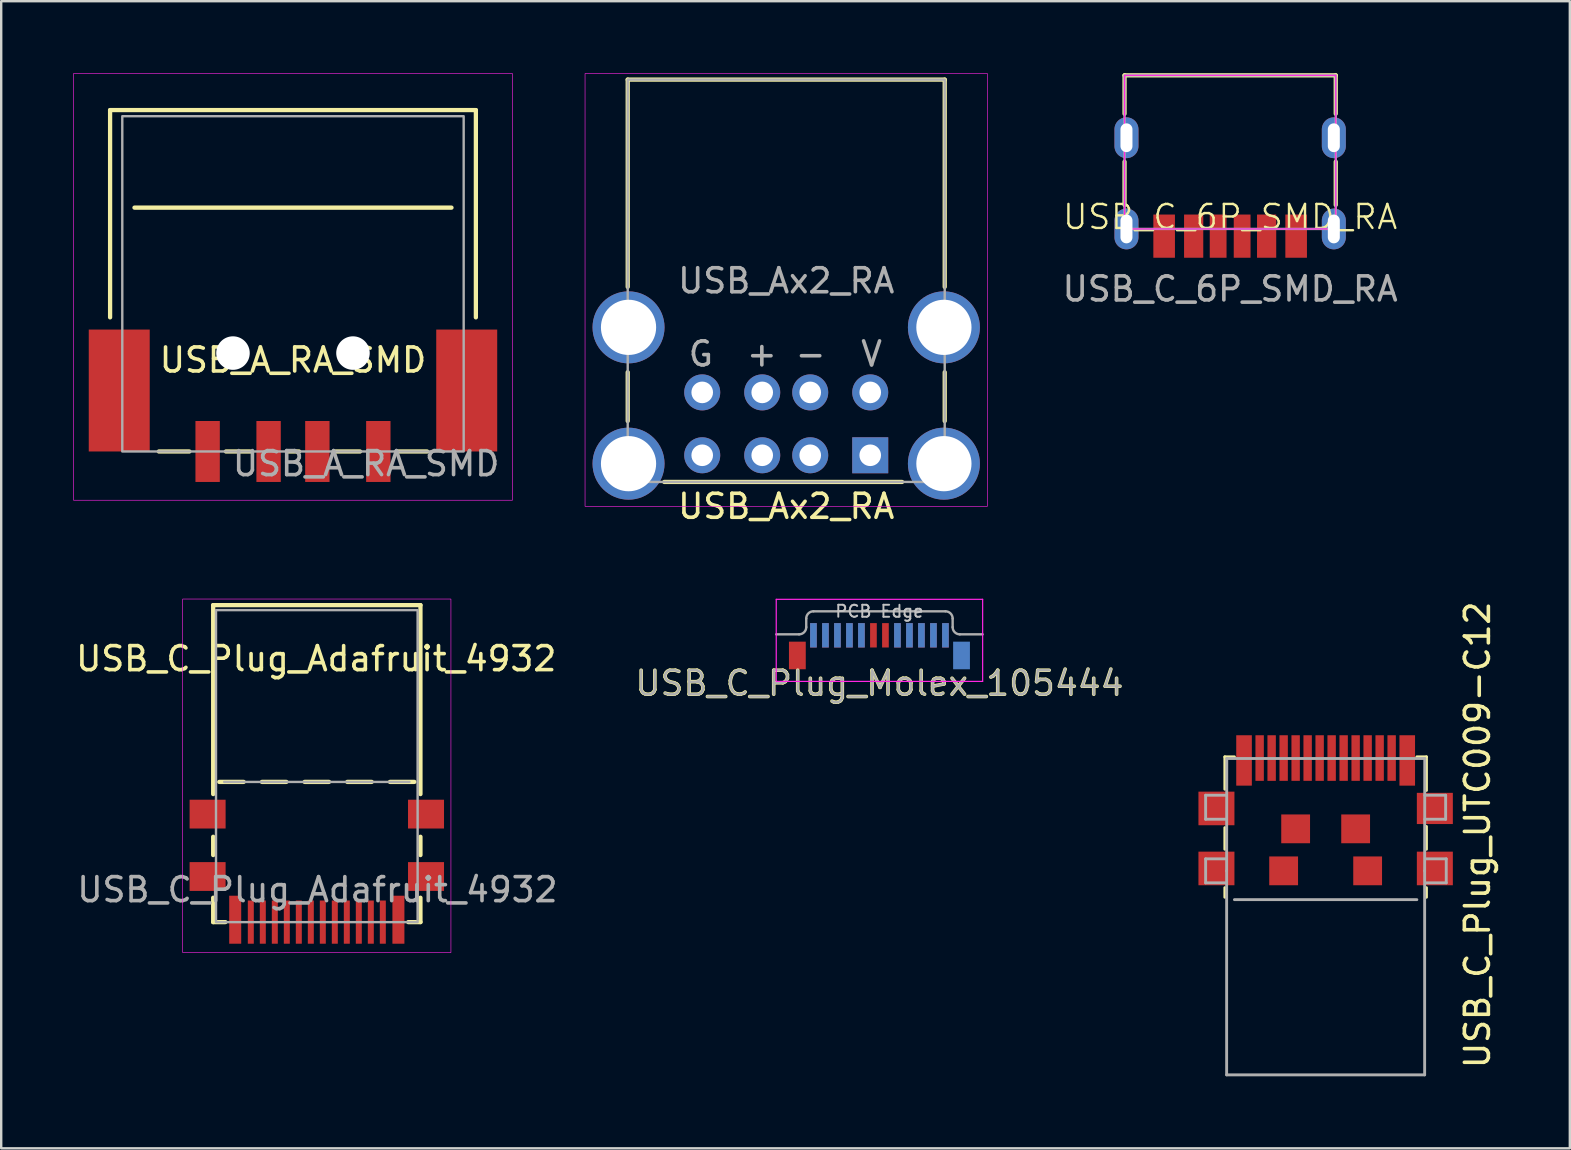
<source format=kicad_pcb>
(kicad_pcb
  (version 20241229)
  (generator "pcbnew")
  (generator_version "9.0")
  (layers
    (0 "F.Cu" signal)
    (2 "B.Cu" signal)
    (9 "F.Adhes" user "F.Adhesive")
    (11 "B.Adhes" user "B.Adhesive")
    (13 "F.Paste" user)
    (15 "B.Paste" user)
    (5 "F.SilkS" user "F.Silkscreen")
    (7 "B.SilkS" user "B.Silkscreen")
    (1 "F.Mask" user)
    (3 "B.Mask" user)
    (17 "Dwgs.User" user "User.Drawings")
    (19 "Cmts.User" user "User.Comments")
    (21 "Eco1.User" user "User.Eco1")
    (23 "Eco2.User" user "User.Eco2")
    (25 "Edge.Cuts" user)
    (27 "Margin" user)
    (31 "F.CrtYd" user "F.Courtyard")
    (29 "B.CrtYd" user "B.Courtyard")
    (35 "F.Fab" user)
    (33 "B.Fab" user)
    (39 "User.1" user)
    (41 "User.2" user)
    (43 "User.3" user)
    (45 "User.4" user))
  (footprint "USB_C_6P_SMD_RA"
    (layer "F.Cu")
    (at 48.204 6.489)
    (property "Reference" "USB_C_6P_SMD_RA" (at 0 -0.5 0) (unlocked yes) (layer "F.SilkS") (effects (font (size 1 1) (thickness 0.1))))
    (attr smd)
    (fp_line (start -4.4 -6.4) (end -4.4 -4.8) (stroke (width 0.178) (type default)) (layer "F.SilkS"))
    (fp_line (start -4.4 -6.4) (end 4.4 -6.4) (stroke (width 0.178) (type default)) (layer "F.SilkS"))
    (fp_line (start -4.4 -2.8) (end -4.4 -1) (stroke (width 0.178) (type default)) (layer "F.SilkS"))
    (fp_line (start 4.4 -6.4) (end 4.4 -4.8) (stroke (width 0.178) (type default)) (layer "F.SilkS"))
    (fp_line (start 4.4 -2.8) (end 4.4 -1) (stroke (width 0.178) (type default)) (layer "F.SilkS"))
    (fp_rect (start -4.4 -6.4) (end 4.4 0) (stroke (width 0.05) (type default)) (fill no) (layer "F.CrtYd"))
    (fp_rect (start -4.4 -6.4) (end 4.4 0) (stroke (width 0.1) (type default)) (fill no) (layer "F.Fab"))
    (fp_text user "${REFERENCE}" (at 0 2.5 0) (unlocked yes) (layer "F.Fab") (effects (font (size 1 1) (thickness 0.15))))
    (pad "A5" smd rect (at 0.5 0.3) (size 0.7 1.8) (layers "F.Cu" "F.Mask" "F.Paste"))
    (pad "A9" smd rect (at -1.52 0.3) (size 0.8 1.8) (layers "F.Cu" "F.Mask" "F.Paste"))
    (pad "A12" smd rect (at -2.75 0.3) (size 0.9 1.8) (layers "F.Cu" "F.Mask" "F.Paste"))
    (pad "B5" smd rect (at -0.5 0.3) (size 0.7 1.8) (layers "F.Cu" "F.Mask" "F.Paste"))
    (pad "B9" smd rect (at 1.52 0.3) (size 0.8 1.8) (layers "F.Cu" "F.Mask" "F.Paste"))
    (pad "B12" smd rect (at 2.75 0.3) (size 0.9 1.8) (layers "F.Cu" "F.Mask" "F.Paste"))
    (pad "SH" thru_hole oval (at -4.32 -3.8) (size 1 1.7) (drill oval 0.5 1.2) (layers "*.Cu" "*.Mask"))
    (pad "SH" thru_hole oval (at -4.32 0) (size 1 1.7) (drill oval 0.5 1.2) (layers "*.Cu" "*.Mask"))
    (pad "SH" thru_hole oval (at 4.32 -3.8) (size 1 1.7) (drill oval 0.5 1.2) (layers "*.Cu" "*.Mask"))
    (pad "SH" thru_hole oval (at 4.32 0) (size 1 1.7) (drill oval 0.5 1.2) (layers "*.Cu" "*.Mask")))
  (footprint "USB_Ax2_RA"
    (layer "F.Cu")
    (at 29.708 16.269)
    (property "Reference" "USB_Ax2_RA" (at 0 1.778 0) (unlocked yes) (layer "F.SilkS") (effects (font (size 1 1) (thickness 0.15))))
    (attr through_hole)
    (fp_line (start -6.604 -16.002) (end 6.604 -16.002) (stroke (width 0.178) (type solid)) (layer "F.SilkS"))
    (fp_line (start -6.604 -7.366) (end -6.604 -16.002) (stroke (width 0.178) (type solid)) (layer "F.SilkS"))
    (fp_line (start -6.604 -1.778) (end -6.604 -3.81) (stroke (width 0.178) (type solid)) (layer "F.SilkS"))
    (fp_line (start -5.08 0.762) (end 4.826 0.762) (stroke (width 0.178) (type solid)) (layer "F.SilkS"))
    (fp_line (start 6.604 -16.002) (end 6.604 -7.366) (stroke (width 0.178) (type solid)) (layer "F.SilkS"))
    (fp_line (start 6.604 -1.778) (end 6.604 -3.81) (stroke (width 0.178) (type solid)) (layer "F.SilkS"))
    (fp_rect (start -8.382 -16.256) (end 8.382 1.778) (stroke (width 0.025) (type solid)) (fill no) (layer "F.CrtYd"))
    (fp_rect (start -6.604 -16.002) (end 6.604 0.762) (stroke (width 0.1) (type solid)) (fill no) (layer "F.Fab"))
    (fp_text user "-" (at 1.016 -4.572 0) (unlocked yes) (layer "F.Fab") (effects (font (size 1 1) (thickness 0.15))))
    (fp_text user "G" (at -3.556 -4.572 0) (unlocked yes) (layer "F.Fab") (effects (font (size 1 1) (thickness 0.15))))
    (fp_text user "${REFERENCE}" (at 0 -7.62 0) (unlocked yes) (layer "F.Fab") (effects (font (size 1 1) (thickness 0.15))))
    (fp_text user "+" (at -1.016 -4.572 0) (unlocked yes) (layer "F.Fab") (effects (font (size 1 1) (thickness 0.15))))
    (fp_text user "V" (at 3.556 -4.572 0) (unlocked yes) (layer "F.Fab") (effects (font (size 1 1) (thickness 0.15))))
    (pad "B1" thru_hole circle (at 3.5 -2.97) (size 1.5 1.5) (drill 0.9) (layers "*.Cu" "*.Mask"))
    (pad "B2" thru_hole circle (at 1 -2.97) (size 1.5 1.5) (drill 0.9) (layers "*.Cu" "*.Mask"))
    (pad "B3" thru_hole circle (at -1 -2.97) (size 1.5 1.5) (drill 0.9) (layers "*.Cu" "*.Mask"))
    (pad "B4" thru_hole circle (at -3.5 -2.97) (size 1.5 1.5) (drill 0.9) (layers "*.Cu" "*.Mask"))
    (pad "SH" thru_hole circle (at -6.57 -5.68) (size 3 3) (drill 2.3) (layers "*.Cu" "*.Mask"))
    (pad "SH" thru_hole circle (at -6.57 0) (size 3 3) (drill 2.3) (layers "*.Cu" "*.Mask"))
    (pad "SH" thru_hole circle (at 6.57 -5.68) (size 3 3) (drill 2.3) (layers "*.Cu" "*.Mask"))
    (pad "SH" thru_hole circle (at 6.57 0) (size 3 3) (drill 2.3) (layers "*.Cu" "*.Mask"))
    (pad "T1" thru_hole rect (at 3.5 -0.35) (size 1.5 1.5) (drill 0.9) (layers "*.Cu" "*.Mask"))
    (pad "T2" thru_hole circle (at 1 -0.35) (size 1.5 1.5) (drill 0.9) (layers "*.Cu" "*.Mask"))
    (pad "T3" thru_hole circle (at -1 -0.35) (size 1.5 1.5) (drill 0.9) (layers "*.Cu" "*.Mask"))
    (pad "T4" thru_hole circle (at -3.5 -0.35) (size 1.5 1.5) (drill 0.9) (layers "*.Cu" "*.Mask")))
  (footprint "USB_C_Plug_UTC009-C12"
    (layer "F.Cu")
    (at 52.183 28.734)
    (property "Reference" "USB_C_Plug_UTC009-C12" (at 6.325 3 90) (layer "F.SilkS") (effects (font (size 1 1) (thickness 0.15))))
    (attr smd)
    (fp_line (start -4.2 -0.25) (end -4.2 1.1) (stroke (width 0.12) (type solid)) (layer "F.SilkS"))
    (fp_line (start -4.2 2.7) (end -4.2 3.6) (stroke (width 0.12) (type solid)) (layer "F.SilkS"))
    (fp_line (start -4.2 5.2) (end -4.2 5.6) (stroke (width 0.12) (type solid)) (layer "F.SilkS"))
    (fp_line (start -3.8 -0.25) (end -4.2 -0.25) (stroke (width 0.12) (type solid)) (layer "F.SilkS"))
    (fp_line (start 4.2 -0.25) (end 3.8 -0.25) (stroke (width 0.12) (type solid)) (layer "F.SilkS"))
    (fp_line (start 4.2 1.15) (end 4.2 -0.25) (stroke (width 0.12) (type solid)) (layer "F.SilkS"))
    (fp_line (start 4.2 3.6) (end 4.2 2.65) (stroke (width 0.12) (type solid)) (layer "F.SilkS"))
    (fp_line (start 4.2 5.6) (end 4.2 5.2) (stroke (width 0.12) (type solid)) (layer "F.SilkS"))
    (fp_line (start -5 1.35) (end -4.13 1.35) (stroke (width 0.12) (type solid)) (layer "F.Fab"))
    (fp_line (start -5 2.35) (end -5 1.35) (stroke (width 0.12) (type solid)) (layer "F.Fab"))
    (fp_line (start -5 2.35) (end -4.13 2.35) (stroke (width 0.12) (type solid)) (layer "F.Fab"))
    (fp_line (start -5 4) (end -4.13 4) (stroke (width 0.12) (type solid)) (layer "F.Fab"))
    (fp_line (start -5 5) (end -5 4) (stroke (width 0.12) (type solid)) (layer "F.Fab"))
    (fp_line (start -5 5) (end -4.13 5) (stroke (width 0.12) (type solid)) (layer "F.Fab"))
    (fp_line (start -4.125 4.5) (end -4.125 13) (stroke (width 0.12) (type solid)) (layer "F.Fab"))
    (fp_line (start -4.125 4.5) (end -4.12 -0.18) (stroke (width 0.12) (type solid)) (layer "F.Fab"))
    (fp_line (start -4.125 13) (end 4.125 13) (stroke (width 0.12) (type solid)) (layer "F.Fab"))
    (fp_line (start -4.12 -0.18) (end 4.13 -0.18) (stroke (width 0.12) (type solid)) (layer "F.Fab"))
    (fp_line (start 3.8 5.7) (end -3.8 5.7) (stroke (width 0.12) (type solid)) (layer "F.Fab"))
    (fp_line (start 4.125 13) (end 4.125 4.5) (stroke (width 0.12) (type solid)) (layer "F.Fab"))
    (fp_line (start 4.13 -0.18) (end 4.125 4.5) (stroke (width 0.12) (type solid)) (layer "F.Fab"))
    (fp_line (start 5 1.35) (end 4.13 1.35) (stroke (width 0.12) (type solid)) (layer "F.Fab"))
    (fp_line (start 5 2.35) (end 4.13 2.35) (stroke (width 0.12) (type solid)) (layer "F.Fab"))
    (fp_line (start 5 2.35) (end 5 1.35) (stroke (width 0.12) (type solid)) (layer "F.Fab"))
    (fp_line (start 5.025 4) (end 4.155 4) (stroke (width 0.12) (type solid)) (layer "F.Fab"))
    (fp_line (start 5.025 5) (end 4.155 5) (stroke (width 0.12) (type solid)) (layer "F.Fab"))
    (fp_line (start 5.025 5) (end 5.025 4) (stroke (width 0.12) (type solid)) (layer "F.Fab"))
    (pad "A1" smd rect (at 2.75 -0.2) (size 0.35 1.9) (layers "F.Cu" "F.Mask" "F.Paste"))
    (pad "A4" smd rect (at 1.25 -0.2) (size 0.35 1.9) (layers "F.Cu" "F.Mask" "F.Paste"))
    (pad "A5" smd rect (at 0.75 -0.2) (size 0.35 1.9) (layers "F.Cu" "F.Mask" "F.Paste"))
    (pad "A6" smd rect (at 0.25 -0.2) (size 0.35 1.9) (layers "F.Cu" "F.Mask" "F.Paste"))
    (pad "A7" smd rect (at -0.25 -0.2) (size 0.35 1.9) (layers "F.Cu" "F.Mask" "F.Paste"))
    (pad "A10" smd rect (at -1.75 -0.2) (size 0.35 1.9) (layers "F.Cu" "F.Mask" "F.Paste"))
    (pad "A11" smd rect (at -2.25 -0.2) (size 0.35 1.9) (layers "F.Cu" "F.Mask" "F.Paste"))
    (pad "B2" smd rect (at -2.75 -0.2) (size 0.35 1.9) (layers "F.Cu" "F.Mask" "F.Paste"))
    (pad "B3" smd rect (at -1.25 -0.2) (size 0.35 1.9) (layers "F.Cu" "F.Mask" "F.Paste"))
    (pad "B5" smd rect (at -0.75 -0.2) (size 0.35 1.9) (layers "F.Cu" "F.Mask" "F.Paste"))
    (pad "B9" smd rect (at 1.75 -0.2) (size 0.35 1.9) (layers "F.Cu" "F.Mask" "F.Paste"))
    (pad "B12" smd rect (at 2.25 -0.2) (size 0.35 1.9) (layers "F.Cu" "F.Mask" "F.Paste"))
    (pad "S1" smd rect (at -4.55 1.9) (size 1.5 1.4) (layers "F.Cu" "F.Mask" "F.Paste"))
    (pad "S1" smd rect (at -4.55 4.4) (size 1.5 1.4) (layers "F.Cu" "F.Mask" "F.Paste"))
    (pad "S1" smd rect (at -3.4 -0.1) (size 0.65 2.1) (layers "F.Cu" "F.Mask" "F.Paste"))
    (pad "S1" smd rect (at -1.75 4.5) (size 1.2 1.2) (layers "F.Cu" "F.Mask" "F.Paste"))
    (pad "S1" smd rect (at -1.25 2.75) (size 1.2 1.2) (layers "F.Cu" "F.Mask" "F.Paste"))
    (pad "S1" smd rect (at 1.25 2.75) (size 1.2 1.2) (layers "F.Cu" "F.Mask" "F.Paste"))
    (pad "S1" smd rect (at 1.75 4.5) (size 1.2 1.2) (layers "F.Cu" "F.Mask" "F.Paste"))
    (pad "S1" smd rect (at 3.4 -0.1) (size 0.65 2.1) (layers "F.Cu" "F.Mask" "F.Paste"))
    (pad "S1" smd rect (at 4.55 1.9) (size 1.5 1.3) (layers "F.Cu" "F.Mask" "F.Paste"))
    (pad "S1" smd rect (at 4.55 4.4) (size 1.5 1.4) (layers "F.Cu" "F.Mask" "F.Paste")))
  (footprint "USB_A_RA_SMD"
    (layer "F.Cu")
    (at 9.157 15.761)
    (property "Reference" "USB_A_RA_SMD" (at 0 -3.81 0) (layer "F.SilkS") (effects (font (size 1 1) (thickness 0.15))))
    (attr smd)
    (fp_line (start -7.62 -14.224) (end -7.62 -5.588) (stroke (width 0.178) (type solid)) (layer "F.SilkS"))
    (fp_line (start -6.604 -10.16) (end 6.604 -10.16) (stroke (width 0.178) (type solid)) (layer "F.SilkS"))
    (fp_line (start -4.318 0) (end -5.588 0) (stroke (width 0.178) (type solid)) (layer "F.SilkS"))
    (fp_line (start -2.794 0) (end -1.778 0) (stroke (width 0.178) (type solid)) (layer "F.SilkS"))
    (fp_line (start -0.254 0) (end 0.254 0) (stroke (width 0.178) (type solid)) (layer "F.SilkS"))
    (fp_line (start 1.778 0) (end 2.794 0) (stroke (width 0.178) (type solid)) (layer "F.SilkS"))
    (fp_line (start 4.318 0) (end 5.588 0) (stroke (width 0.178) (type solid)) (layer "F.SilkS"))
    (fp_line (start 7.62 -14.224) (end -7.62 -14.224) (stroke (width 0.178) (type solid)) (layer "F.SilkS"))
    (fp_line (start 7.62 -5.588) (end 7.62 -14.224) (stroke (width 0.178) (type solid)) (layer "F.SilkS"))
    (fp_rect (start -9.144 2.032) (end 9.144 -15.748) (stroke (width 0.025) (type solid)) (fill no) (layer "F.CrtYd"))
    (fp_rect (start -7.112 -13.97) (end 7.112 0) (stroke (width 0.1) (type solid)) (fill no) (layer "F.Fab"))
    (fp_text user "${REFERENCE}" (at 3.048 0.508 180) (layer "F.Fab") (effects (font (size 1 1) (thickness 0.15))))
    (pad "" np_thru_hole circle (at -2.5 -4.1) (size 1.397 1.397) (drill 1.397) (layers "*.Cu" "*.Mask"))
    (pad "" np_thru_hole circle (at 2.5 -4.1) (size 1.397 1.397) (drill 1.397) (layers "*.Cu" "*.Mask"))
    (pad "1" smd rect (at 3.556 0) (size 1.016 2.54) (layers "F.Cu" "F.Mask" "F.Paste"))
    (pad "2" smd rect (at 1.016 0) (size 1.016 2.54) (layers "F.Cu" "F.Mask" "F.Paste"))
    (pad "3" smd rect (at -1.016 0) (size 1.016 2.54) (layers "F.Cu" "F.Mask" "F.Paste"))
    (pad "4" smd rect (at -3.556 0) (size 1.016 2.54) (layers "F.Cu" "F.Mask" "F.Paste"))
    (pad "SH" smd rect (at -7.239 -2.54) (size 2.54 5.08) (layers "F.Cu" "F.Mask" "F.Paste"))
    (pad "SH" smd rect (at 7.239 -2.54) (size 2.54 5.08) (layers "F.Cu" "F.Mask" "F.Paste")))
  (footprint "USB_C_Plug_Molex_105444"
    (layer "F.Cu")
    (at 33.592 23.38)
    (property "Reference" "USB_C_Plug_Molex_105444" (at 0 2.04 0) (layer "F.SilkS") (effects (font (size 1 1) (thickness 0.15))))
    (attr smd)
    (fp_line (start -4.3 1.96) (end -4.3 -1.46) (stroke (width 0.05) (type solid)) (layer "F.CrtYd"))
    (fp_line (start 4.3 -1.46) (end -4.3 -1.46) (stroke (width 0.05) (type solid)) (layer "F.CrtYd"))
    (fp_line (start 4.3 1.96) (end -4.3 1.96) (stroke (width 0.05) (type solid)) (layer "F.CrtYd"))
    (fp_line (start 4.3 1.96) (end 4.3 -1.46) (stroke (width 0.05) (type solid)) (layer "F.CrtYd"))
    (fp_line (start -3.35 0) (end -4.3 0) (stroke (width 0.1) (type solid)) (layer "F.Fab"))
    (fp_line (start -3.05 -0.66) (end -3.05 -0.3) (stroke (width 0.1) (type solid)) (layer "F.Fab"))
    (fp_line (start -2.75 -0.96) (end 2.75 -0.96) (stroke (width 0.1) (type solid)) (layer "F.Fab"))
    (fp_line (start 3.05 -0.66) (end 3.05 -0.3) (stroke (width 0.1) (type solid)) (layer "F.Fab"))
    (fp_line (start 3.35 0) (end 4.3 0) (stroke (width 0.1) (type solid)) (layer "F.Fab"))
    (fp_arc (start -3.05 -0.66) (mid -2.962132 -0.872132) (end -2.75 -0.96) (stroke (width 0.1) (type solid)) (layer "F.Fab"))
    (fp_arc (start -3.05 -0.3) (mid -3.137868 -0.087868) (end -3.35 0) (stroke (width 0.1) (type solid)) (layer "F.Fab"))
    (fp_arc (start 2.75 -0.96) (mid 2.962132 -0.872132) (end 3.05 -0.66) (stroke (width 0.1) (type solid)) (layer "F.Fab"))
    (fp_arc (start 3.35 0) (mid 3.137868 -0.087868) (end 3.05 -0.3) (stroke (width 0.1) (type solid)) (layer "F.Fab"))
    (fp_text user "PCB Edge" (at 0 -0.96 0) (layer "Dwgs.User") (effects (font (size 0.5 0.5) (thickness 0.08))))
    (fp_text user "${REFERENCE}" (at 0 2.04 0) (layer "F.Fab") (effects (font (size 1 1) (thickness 0.1))))
    (pad "A1" smd rect (at -2.75 0.04) (size 0.279 1.016) (layers "F.Cu" "F.Mask" "F.Paste"))
    (pad "A2" smd rect (at -2.25 0.04) (size 0.279 1.016) (layers "F.Cu" "F.Mask" "F.Paste"))
    (pad "A3" smd rect (at -1.75 0.04) (size 0.279 1.016) (layers "F.Cu" "F.Mask" "F.Paste"))
    (pad "A4" smd rect (at -1.25 0.04) (size 0.279 1.016) (layers "F.Cu" "F.Mask" "F.Paste"))
    (pad "A5" smd rect (at -0.75 0.04) (size 0.279 1.016) (layers "F.Cu" "F.Mask" "F.Paste"))
    (pad "A6" smd rect (at -0.25 0.04) (size 0.279 1.016) (layers "F.Cu" "F.Mask" "F.Paste"))
    (pad "A7" smd rect (at 0.25 0.04) (size 0.279 1.016) (layers "F.Cu" "F.Mask" "F.Paste"))
    (pad "A8" smd rect (at 0.75 0.04) (size 0.279 1.016) (layers "F.Cu" "F.Mask" "F.Paste"))
    (pad "A9" smd rect (at 1.25 0.04) (size 0.279 1.016) (layers "F.Cu" "F.Mask" "F.Paste"))
    (pad "A10" smd rect (at 1.75 0.04) (size 0.279 1.016) (layers "F.Cu" "F.Mask" "F.Paste"))
    (pad "A11" smd rect (at 2.25 0.04) (size 0.279 1.016) (layers "F.Cu" "F.Mask" "F.Paste"))
    (pad "A12" smd rect (at 2.75 0.04) (size 0.279 1.016) (layers "F.Cu" "F.Mask" "F.Paste"))
    (pad "B1" smd rect (at 2.75 0.04) (size 0.279 1.016) (layers "B.Cu" "B.Mask" "B.Paste"))
    (pad "B2" smd rect (at 2.25 0.04) (size 0.279 1.016) (layers "B.Cu" "B.Mask" "B.Paste"))
    (pad "B3" smd rect (at 1.75 0.04) (size 0.279 1.016) (layers "B.Cu" "B.Mask" "B.Paste"))
    (pad "B4" smd rect (at 1.25 0.04) (size 0.279 1.016) (layers "B.Cu" "B.Mask" "B.Paste"))
    (pad "B5" smd rect (at 0.75 0.04) (size 0.279 1.016) (layers "B.Cu" "B.Mask" "B.Paste"))
    (pad "B8" smd rect (at -0.75 0.04) (size 0.279 1.016) (layers "B.Cu" "B.Mask" "B.Paste"))
    (pad "B9" smd rect (at -1.25 0.04) (size 0.279 1.016) (layers "B.Cu" "B.Mask" "B.Paste"))
    (pad "B10" smd rect (at -1.75 0.04) (size 0.279 1.016) (layers "B.Cu" "B.Mask" "B.Paste"))
    (pad "B11" smd rect (at -2.25 0.04) (size 0.279 1.016) (layers "B.Cu" "B.Mask" "B.Paste"))
    (pad "B12" smd rect (at -2.75 0.04) (size 0.279 1.016) (layers "B.Cu" "B.Mask" "B.Paste"))
    (pad "SH" smd rect (at -3.42 0.88) (size 0.7 1.15) (layers "F.Cu" "F.Mask" "F.Paste"))
    (pad "SH" smd rect (at 3.42 0.88) (size 0.7 1.15) (layers "B.Cu" "B.Mask" "B.Paste")))
  (footprint "USB_C_Plug_Adafruit_4932"
    (layer "F.Cu")
    (at 10.15 35.37)
    (property "Reference" "USB_C_Plug_Adafruit_4932" (at -0.025 -10.975 0) (layer "F.SilkS") (effects (font (size 1 1) (thickness 0.15))))
    (attr smd)
    (fp_line (start -4.318 -13.208) (end -4.318 -5.334) (stroke (width 0.178) (type solid)) (layer "F.SilkS"))
    (fp_line (start -4.318 -3.556) (end -4.318 -2.794) (stroke (width 0.178) (type solid)) (layer "F.SilkS"))
    (fp_line (start -4.318 -1.016) (end -4.318 0) (stroke (width 0.178) (type solid)) (layer "F.SilkS"))
    (fp_line (start -4.318 0) (end -3.81 0) (stroke (width 0.178) (type solid)) (layer "F.SilkS"))
    (fp_line (start -4.064 -5.842) (end -3.048 -5.842) (stroke (width 0.178) (type solid)) (layer "F.SilkS"))
    (fp_line (start -2.286 -5.842) (end -1.27 -5.842) (stroke (width 0.178) (type solid)) (layer "F.SilkS"))
    (fp_line (start -0.508 -5.842) (end 0.508 -5.842) (stroke (width 0.178) (type solid)) (layer "F.SilkS"))
    (fp_line (start 1.27 -5.842) (end 2.286 -5.842) (stroke (width 0.178) (type solid)) (layer "F.SilkS"))
    (fp_line (start 3.048 -5.842) (end 4.064 -5.842) (stroke (width 0.178) (type solid)) (layer "F.SilkS"))
    (fp_line (start 3.81 0) (end 4.318 0) (stroke (width 0.178) (type solid)) (layer "F.SilkS"))
    (fp_line (start 4.318 -13.208) (end -4.318 -13.208) (stroke (width 0.178) (type solid)) (layer "F.SilkS"))
    (fp_line (start 4.318 -5.334) (end 4.318 -13.208) (stroke (width 0.178) (type solid)) (layer "F.SilkS"))
    (fp_line (start 4.318 -2.794) (end 4.318 -3.556) (stroke (width 0.178) (type solid)) (layer "F.SilkS"))
    (fp_line (start 4.318 0) (end 4.318 -1.016) (stroke (width 0.178) (type solid)) (layer "F.SilkS"))
    (fp_rect (start -5.588 1.27) (end 5.588 -13.462) (stroke (width 0.025) (type solid)) (fill no) (layer "F.CrtYd"))
    (fp_line (start -3.86 -5.842) (end 3.86 -5.842) (stroke (width 0.1) (type solid)) (layer "F.Fab"))
    (fp_rect (start -4.2 0) (end 4.2 -13) (stroke (width 0.1) (type solid)) (fill no) (layer "F.Fab"))
    (fp_text user "${REFERENCE}" (at 0.025 -1.35 0) (layer "F.Fab") (effects (font (size 1 1) (thickness 0.15))))
    (pad "A1" smd rect (at -2.75 0) (size 0.25 1.8) (layers "F.Cu" "F.Mask" "F.Paste"))
    (pad "A4" smd rect (at -1.25 0) (size 0.25 1.8) (layers "F.Cu" "F.Mask" "F.Paste"))
    (pad "A5" smd rect (at -0.75 0) (size 0.25 1.8) (layers "F.Cu" "F.Mask" "F.Paste"))
    (pad "A6" smd rect (at -0.25 0) (size 0.25 1.8) (layers "F.Cu" "F.Mask" "F.Paste"))
    (pad "A7" smd rect (at 0.25 0) (size 0.25 1.8) (layers "F.Cu" "F.Mask" "F.Paste"))
    (pad "A10" smd rect (at 1.75 0) (size 0.25 1.8) (layers "F.Cu" "F.Mask" "F.Paste"))
    (pad "A11" smd rect (at 2.25 0) (size 0.25 1.8) (layers "F.Cu" "F.Mask" "F.Paste"))
    (pad "B2" smd rect (at 2.75 0) (size 0.25 1.8) (layers "F.Cu" "F.Mask" "F.Paste"))
    (pad "B3" smd rect (at 1.25 0) (size 0.25 1.8) (layers "F.Cu" "F.Mask" "F.Paste"))
    (pad "B5" smd rect (at 0.75 0) (size 0.25 1.8) (layers "F.Cu" "F.Mask" "F.Paste"))
    (pad "B9" smd rect (at -1.75 0) (size 0.25 1.8) (layers "F.Cu" "F.Mask" "F.Paste"))
    (pad "B12" smd rect (at -2.25 0) (size 0.25 1.8) (layers "F.Cu" "F.Mask" "F.Paste"))
    (pad "SH" smd rect (at -4.55 -4.5) (size 1.5 1.2) (layers "F.Cu" "F.Mask" "F.Paste"))
    (pad "SH" smd rect (at -4.55 -1.9) (size 1.5 1.2) (layers "F.Cu" "F.Mask" "F.Paste"))
    (pad "SH" smd rect (at -3.4 -0.1) (size 0.5 2) (layers "F.Cu" "F.Mask" "F.Paste"))
    (pad "SH" smd rect (at 3.4 -0.1) (size 0.5 2) (layers "F.Cu" "F.Mask" "F.Paste"))
    (pad "SH" smd rect (at 4.55 -4.5) (size 1.5 1.2) (layers "F.Cu" "F.Mask" "F.Paste"))
    (pad "SH" smd rect (at 4.55 -1.9) (size 1.5 1.2) (layers "F.Cu" "F.Mask" "F.Paste")))
  (gr_rect
    (start -3 -3)
    (end 62.357 44.794)
    (stroke (width 0.1) (type default))
    (fill no)
    (layer "Edge.Cuts")))
</source>
